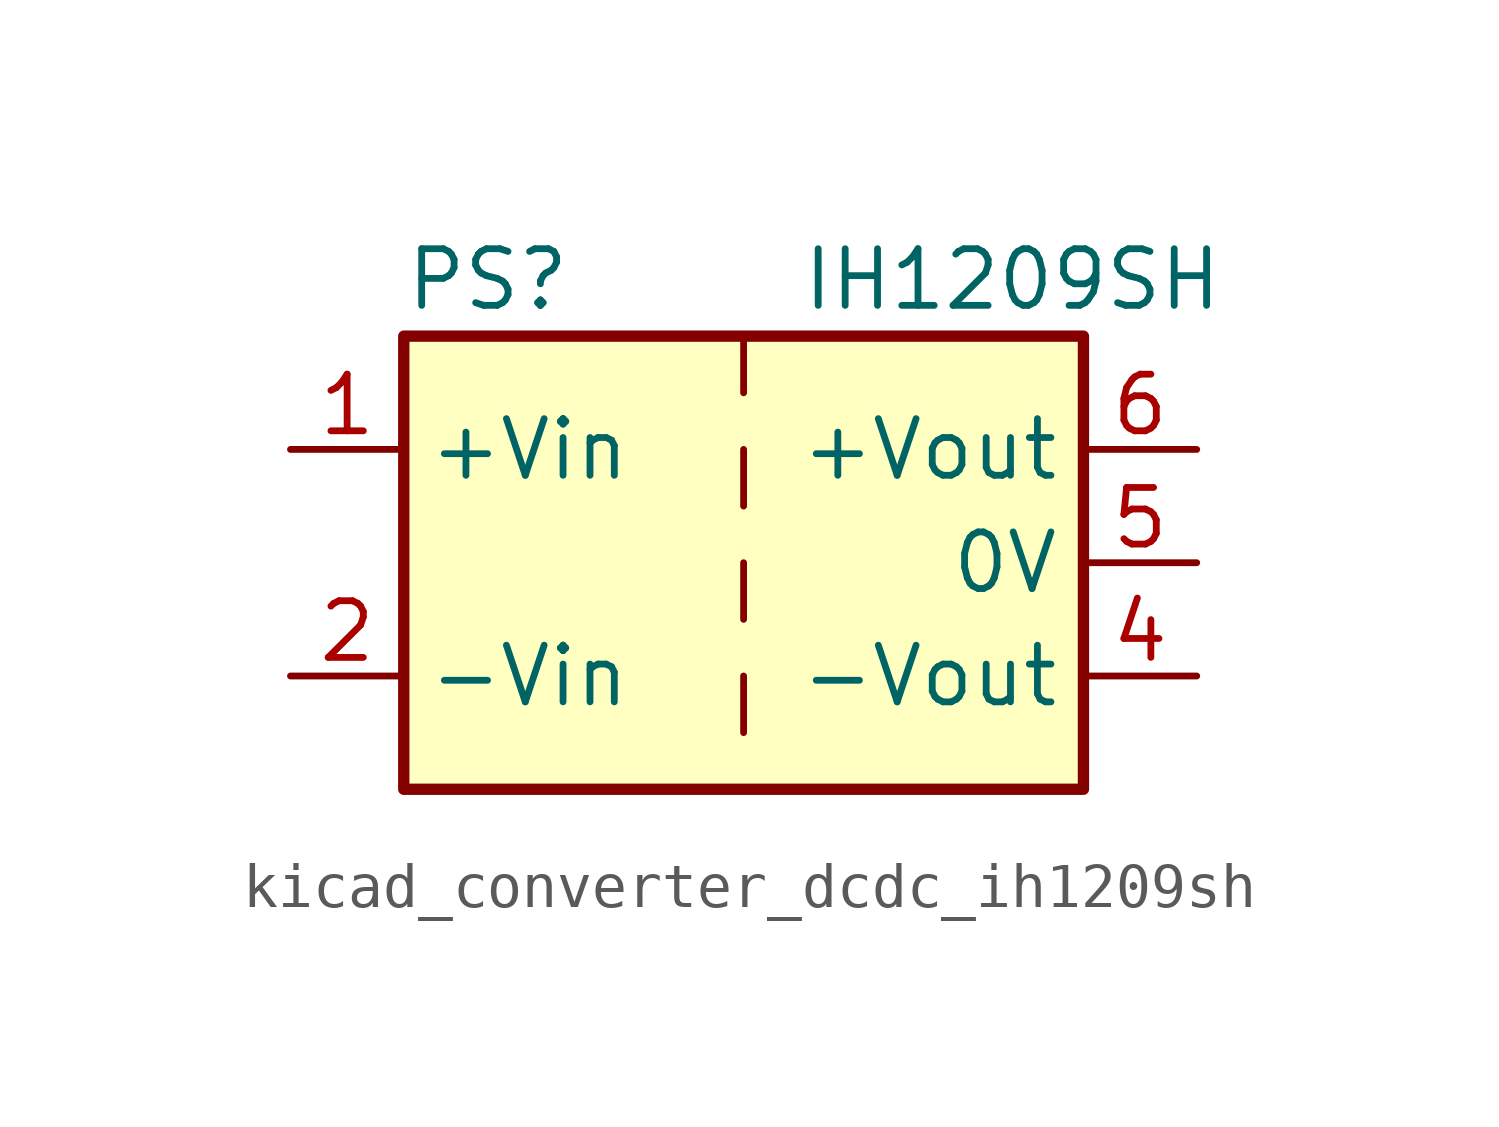
<source format=kicad_sym>
(kicad_symbol_lib
  (version 20220914)
  (generator kicad_symbol_editor)
  (symbol "kicad_converter_dcdc_ih1209sh"
    (property "Reference" "PS"
      (at -7.62 6.35 0)
      (effects (font (size 1.27 1.27)) (justify left)))
    (property "Value" "IH1209SH"
      (at 1.27 6.35 0)
      (effects (font (size 1.27 1.27)) (justify left)))
    (symbol "kicad_converter_dcdc_ih1209sh_0_0"
      (pin power_in line (at -10.16 2.54 0) (length 2.54) (name "+Vin" (effects (font (size 1.27 1.27)))) (number "1" (effects (font (size 1.27 1.27)))))
      (pin power_in line (at -10.16 -2.54 0) (length 2.54) (name "-Vin" (effects (font (size 1.27 1.27)))) (number "2" (effects (font (size 1.27 1.27)))))
      (pin power_out line (at 10.16 -2.54 180) (length 2.54) (name "-Vout" (effects (font (size 1.27 1.27)))) (number "4" (effects (font (size 1.27 1.27)))))
      (pin power_out line (at 10.16 0 180) (length 2.54) (name "0V" (effects (font (size 1.27 1.27)))) (number "5" (effects (font (size 1.27 1.27)))))
      (pin power_out line (at 10.16 2.54 180) (length 2.54) (name "+Vout" (effects (font (size 1.27 1.27)))) (number "6" (effects (font (size 1.27 1.27))))))
    (symbol "kicad_converter_dcdc_ih1209sh_0_1"
      (rectangle (start -7.62 5.08) (end 7.62 -5.08) (stroke (width 0.254) (type default)) (fill (type background)))
      (polyline (pts (xy 0 -2.54) (xy 0 -3.81)) (stroke (width 0) (type default)) (fill (type none)))
      (polyline (pts (xy 0 0) (xy 0 -1.27)) (stroke (width 0) (type default)) (fill (type none)))
      (polyline (pts (xy 0 2.54) (xy 0 1.27)) (stroke (width 0) (type default)) (fill (type none)))
      (polyline (pts (xy 0 5.08) (xy 0 3.81)) (stroke (width 0) (type default)) (fill (type none))))))
</source>
